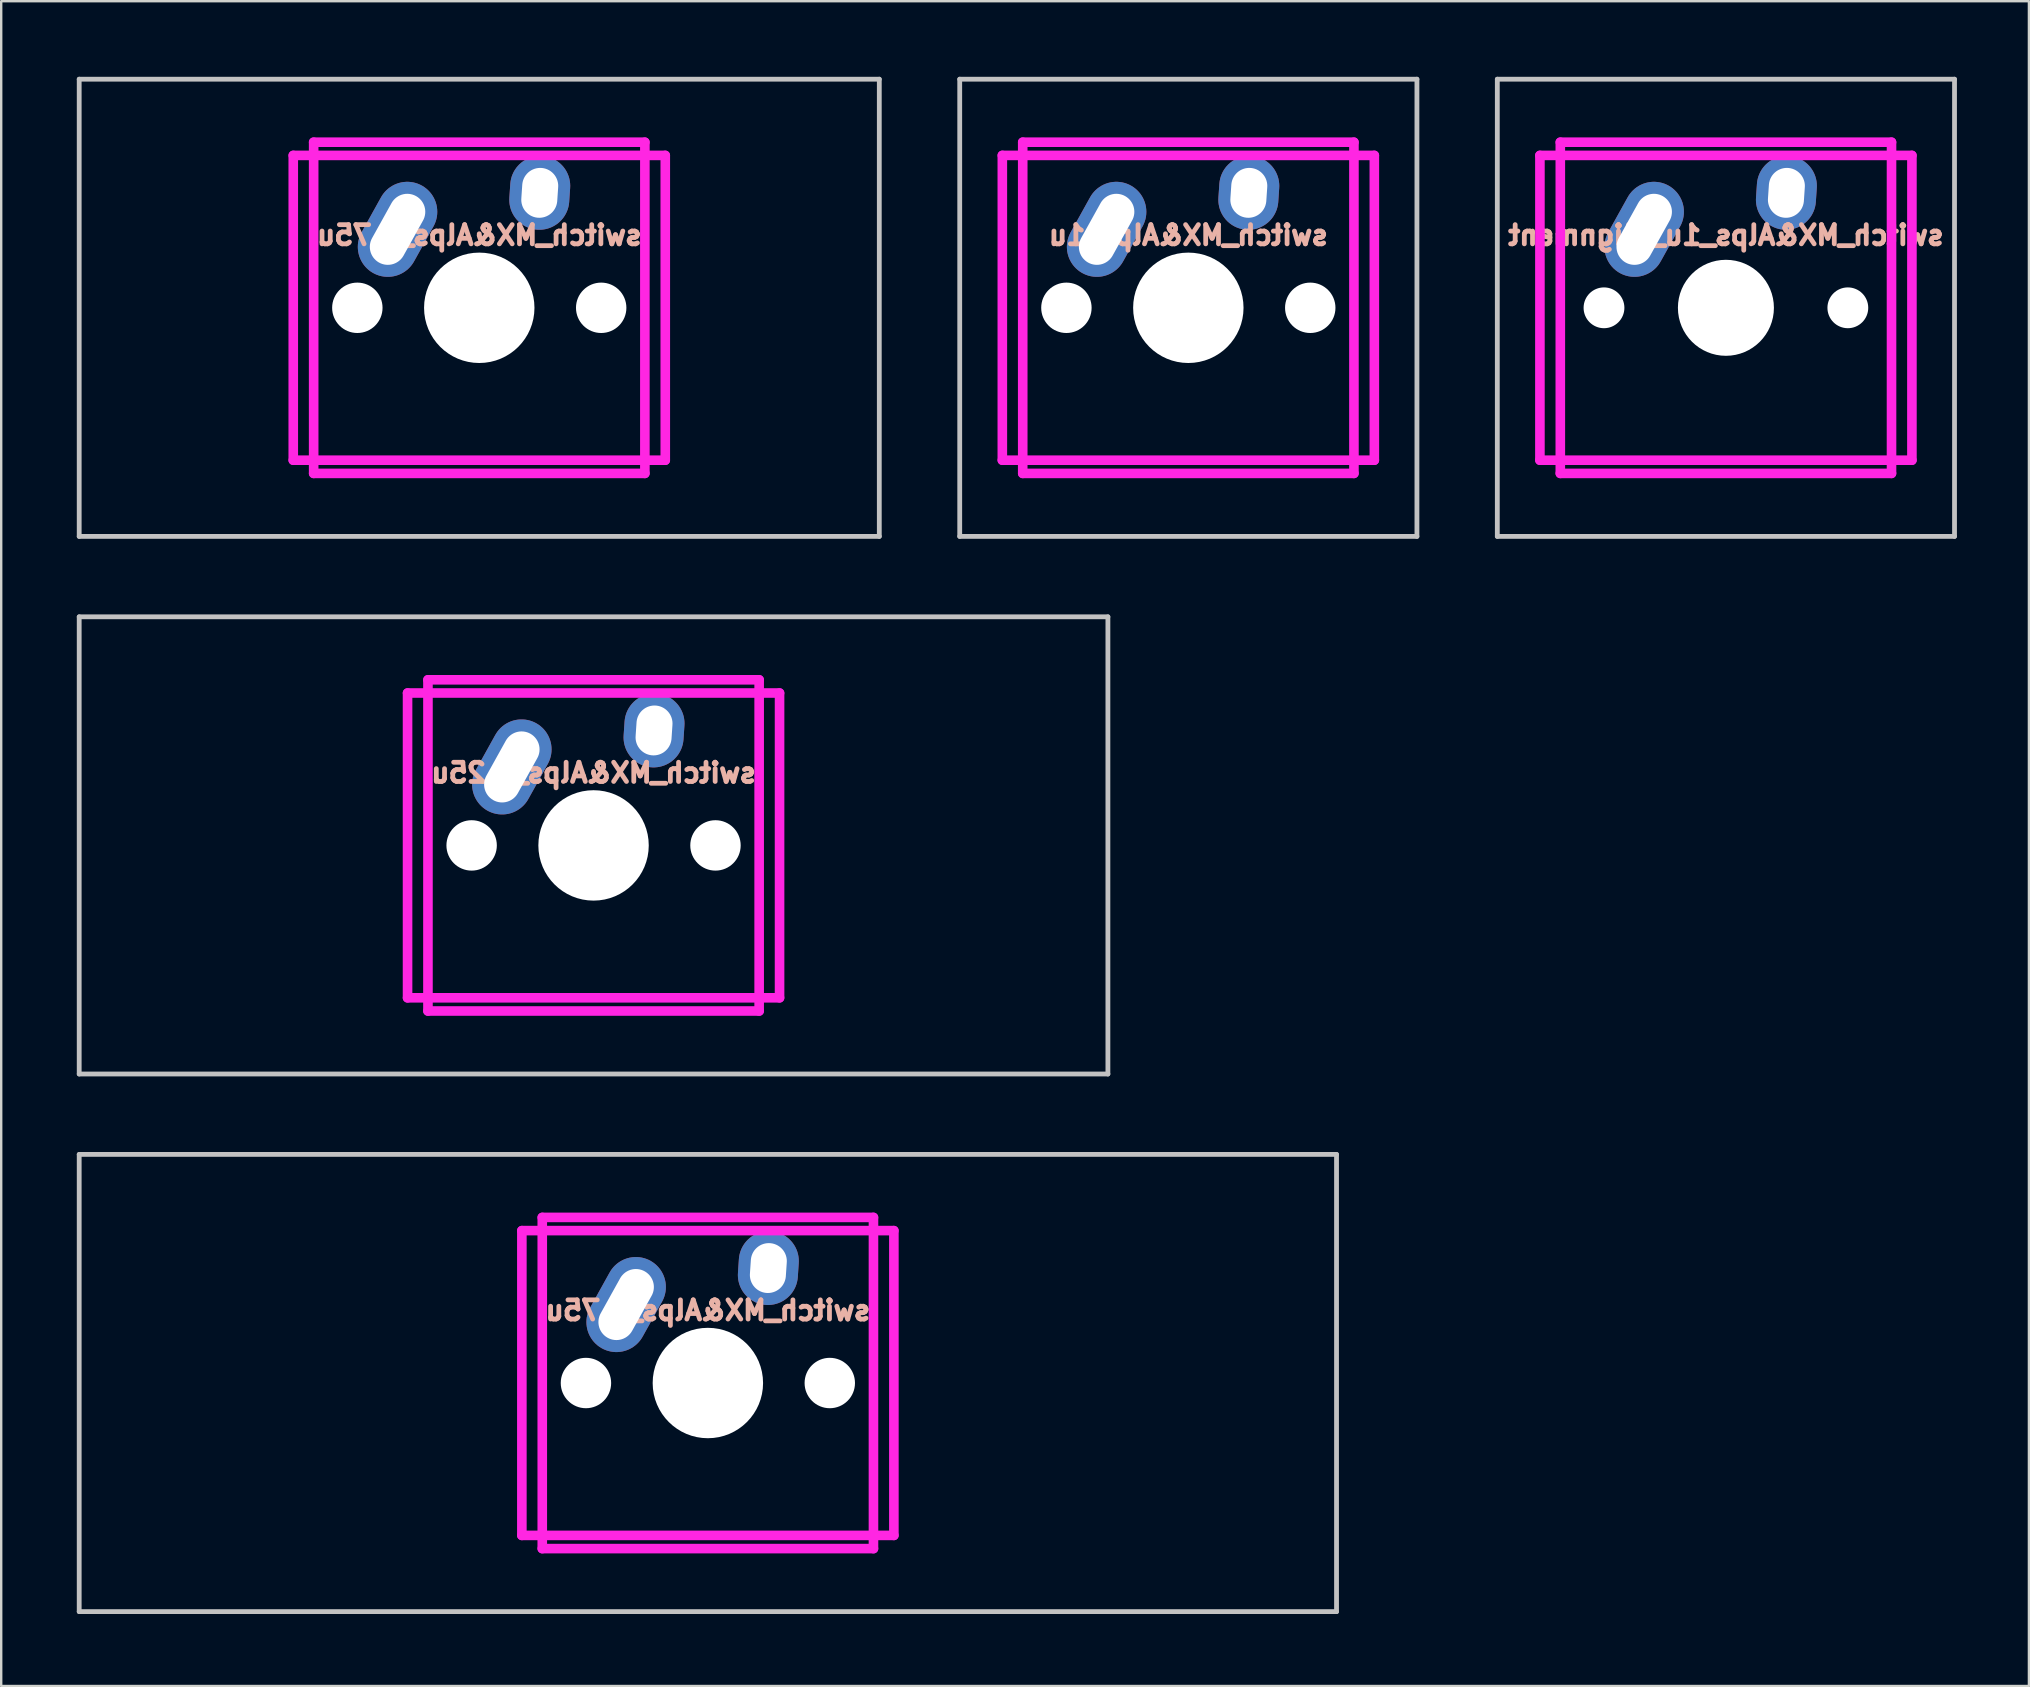
<source format=kicad_pcb>
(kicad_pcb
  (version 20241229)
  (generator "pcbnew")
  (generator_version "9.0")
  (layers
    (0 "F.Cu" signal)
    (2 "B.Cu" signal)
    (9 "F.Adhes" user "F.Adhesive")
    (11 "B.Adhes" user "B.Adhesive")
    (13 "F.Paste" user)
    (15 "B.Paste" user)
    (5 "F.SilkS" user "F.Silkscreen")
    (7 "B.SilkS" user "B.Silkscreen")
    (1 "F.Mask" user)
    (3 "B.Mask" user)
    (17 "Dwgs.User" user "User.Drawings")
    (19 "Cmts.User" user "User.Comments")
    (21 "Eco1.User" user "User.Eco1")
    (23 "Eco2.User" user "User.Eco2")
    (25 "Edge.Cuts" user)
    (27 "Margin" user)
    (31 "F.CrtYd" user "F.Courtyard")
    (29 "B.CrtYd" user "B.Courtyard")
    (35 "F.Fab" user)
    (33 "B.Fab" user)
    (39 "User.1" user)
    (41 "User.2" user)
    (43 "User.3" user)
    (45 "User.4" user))
  (footprint "switch_MX&Alps_2.25u"
    (layer "F.Cu")
    (at 0.25 22.65)
    (property "Reference" "switch_MX&Alps_2.25u" (at 21.431 6.5 0) (layer "B.SilkS") (effects (font (size 0.8 0.8) (thickness 0.2)) (justify mirror)))
    (attr through_hole)
    (fp_line (start 0 0) (end 42.862 0) (stroke (width 0.2) (type solid)) (layer "Dwgs.User"))
    (fp_line (start 0 19.05) (end 0 0) (stroke (width 0.2) (type solid)) (layer "Dwgs.User"))
    (fp_line (start 42.862 0) (end 42.862 19.05) (stroke (width 0.2) (type solid)) (layer "Dwgs.User"))
    (fp_line (start 42.862 19.05) (end 0 19.05) (stroke (width 0.2) (type solid)) (layer "Dwgs.User"))
    (fp_line (start 13.681 3.175) (end 13.681 15.875) (stroke (width 0.4) (type solid)) (layer "F.CrtYd"))
    (fp_line (start 13.681 3.175) (end 29.181 3.175) (stroke (width 0.4) (type solid)) (layer "F.CrtYd"))
    (fp_line (start 13.681 15.875) (end 29.181 15.875) (stroke (width 0.4) (type solid)) (layer "F.CrtYd"))
    (fp_line (start 14.531 2.625) (end 14.531 16.425) (stroke (width 0.4) (type solid)) (layer "F.CrtYd"))
    (fp_line (start 14.531 2.625) (end 28.331 2.625) (stroke (width 0.4) (type solid)) (layer "F.CrtYd"))
    (fp_line (start 14.531 16.425) (end 28.331 16.425) (stroke (width 0.4) (type solid)) (layer "F.CrtYd"))
    (fp_line (start 28.331 2.625) (end 28.331 16.425) (stroke (width 0.4) (type solid)) (layer "F.CrtYd"))
    (fp_line (start 29.181 3.175) (end 29.181 15.875) (stroke (width 0.4) (type solid)) (layer "F.CrtYd"))
    (pad "" np_thru_hole circle (at 16.351 9.525) (size 2.1 2.1) (drill 2.1) (layers "*.Cu" "*.Mask"))
    (pad "" np_thru_hole circle (at 21.431 9.525) (size 4.6 4.6) (drill 4.6) (layers "*.Cu" "*.Mask"))
    (pad "" np_thru_hole circle (at 26.511 9.525) (size 2.1 2.1) (drill 2.1) (layers "*.Cu" "*.Mask"))
    (pad "1" thru_hole oval (at 18.026 6.255 330.95) (size 2.5 4.17) (drill oval 1.5 3.17) (layers "*.Cu" "*.Mask"))
    (pad "2" thru_hole oval (at 23.951 4.735 356.1) (size 2.5 3.08) (drill oval 1.5 2.08) (layers "*.Cu" "*.Mask")))
  (footprint "switch_MX&Alps_1.75u"
    (layer "F.Cu")
    (at 0.25 0.25)
    (property "Reference" "switch_MX&Alps_1.75u" (at 16.669 6.5 0) (layer "B.SilkS") (effects (font (size 0.8 0.8) (thickness 0.2)) (justify mirror)))
    (attr through_hole)
    (fp_line (start 0 0) (end 33.337 0) (stroke (width 0.2) (type solid)) (layer "Dwgs.User"))
    (fp_line (start 0 19.05) (end 0 0) (stroke (width 0.2) (type solid)) (layer "Dwgs.User"))
    (fp_line (start 33.337 0) (end 33.337 19.05) (stroke (width 0.2) (type solid)) (layer "Dwgs.User"))
    (fp_line (start 33.337 19.05) (end 0 19.05) (stroke (width 0.2) (type solid)) (layer "Dwgs.User"))
    (fp_line (start 8.919 3.175) (end 8.919 15.875) (stroke (width 0.4) (type solid)) (layer "F.CrtYd"))
    (fp_line (start 8.919 3.175) (end 24.419 3.175) (stroke (width 0.4) (type solid)) (layer "F.CrtYd"))
    (fp_line (start 8.919 15.875) (end 24.419 15.875) (stroke (width 0.4) (type solid)) (layer "F.CrtYd"))
    (fp_line (start 9.769 2.625) (end 9.769 16.425) (stroke (width 0.4) (type solid)) (layer "F.CrtYd"))
    (fp_line (start 9.769 2.625) (end 23.569 2.625) (stroke (width 0.4) (type solid)) (layer "F.CrtYd"))
    (fp_line (start 9.769 16.425) (end 23.569 16.425) (stroke (width 0.4) (type solid)) (layer "F.CrtYd"))
    (fp_line (start 23.569 2.625) (end 23.569 16.425) (stroke (width 0.4) (type solid)) (layer "F.CrtYd"))
    (fp_line (start 24.419 3.175) (end 24.419 15.875) (stroke (width 0.4) (type solid)) (layer "F.CrtYd"))
    (pad "" np_thru_hole circle (at 11.589 9.525) (size 2.1 2.1) (drill 2.1) (layers "*.Cu" "*.Mask"))
    (pad "" np_thru_hole circle (at 16.669 9.525) (size 4.6 4.6) (drill 4.6) (layers "*.Cu" "*.Mask"))
    (pad "" np_thru_hole circle (at 21.749 9.525) (size 2.1 2.1) (drill 2.1) (layers "*.Cu" "*.Mask"))
    (pad "1" thru_hole oval (at 13.264 6.255 330.95) (size 2.5 4.17) (drill oval 1.5 3.17) (layers "*.Cu" "*.Mask"))
    (pad "2" thru_hole oval (at 19.189 4.735 356.1) (size 2.5 3.08) (drill oval 1.5 2.08) (layers "*.Cu" "*.Mask")))
  (footprint "switch_MX&Alps_1u"
    (layer "F.Cu")
    (at 36.938 0.25)
    (property "Reference" "switch_MX&Alps_1u" (at 9.525 6.5 0) (layer "B.SilkS") (effects (font (size 0.8 0.8) (thickness 0.2)) (justify mirror)))
    (attr through_hole)
    (fp_line (start 0 0) (end 19.05 0) (stroke (width 0.2) (type solid)) (layer "Dwgs.User"))
    (fp_line (start 0 19.05) (end 0 0) (stroke (width 0.2) (type solid)) (layer "Dwgs.User"))
    (fp_line (start 19.05 0) (end 19.05 19.05) (stroke (width 0.2) (type solid)) (layer "Dwgs.User"))
    (fp_line (start 19.05 19.05) (end 0 19.05) (stroke (width 0.2) (type solid)) (layer "Dwgs.User"))
    (fp_line (start 1.775 3.175) (end 1.775 15.875) (stroke (width 0.4) (type solid)) (layer "F.CrtYd"))
    (fp_line (start 1.775 3.175) (end 17.275 3.175) (stroke (width 0.4) (type solid)) (layer "F.CrtYd"))
    (fp_line (start 1.775 15.875) (end 17.275 15.875) (stroke (width 0.4) (type solid)) (layer "F.CrtYd"))
    (fp_line (start 2.625 2.625) (end 2.625 16.425) (stroke (width 0.4) (type solid)) (layer "F.CrtYd"))
    (fp_line (start 2.625 2.625) (end 16.425 2.625) (stroke (width 0.4) (type solid)) (layer "F.CrtYd"))
    (fp_line (start 2.625 16.425) (end 16.425 16.425) (stroke (width 0.4) (type solid)) (layer "F.CrtYd"))
    (fp_line (start 16.425 2.625) (end 16.425 16.425) (stroke (width 0.4) (type solid)) (layer "F.CrtYd"))
    (fp_line (start 17.275 3.175) (end 17.275 15.875) (stroke (width 0.4) (type solid)) (layer "F.CrtYd"))
    (pad "" np_thru_hole circle (at 4.445 9.525) (size 2.1 2.1) (drill 2.1) (layers "*.Cu" "*.Mask"))
    (pad "" np_thru_hole circle (at 9.525 9.525) (size 4.6 4.6) (drill 4.6) (layers "*.Cu" "*.Mask"))
    (pad "" np_thru_hole circle (at 14.605 9.525) (size 2.1 2.1) (drill 2.1) (layers "*.Cu" "*.Mask"))
    (pad "1" thru_hole oval (at 6.12 6.255 330.95) (size 2.5 4.17) (drill oval 1.5 3.17) (layers "*.Cu" "*.Mask"))
    (pad "2" thru_hole oval (at 12.045 4.735 356.1) (size 2.5 3.08) (drill oval 1.5 2.08) (layers "*.Cu" "*.Mask")))
  (footprint "switch_MX&Alps_1u_alignment"
    (layer "F.Cu")
    (at 59.337 0.25)
    (property "Reference" "switch_MX&Alps_1u_alignment" (at 9.525 6.5 0) (layer "B.SilkS") (effects (font (size 0.8 0.8) (thickness 0.2)) (justify mirror)))
    (attr through_hole)
    (fp_line (start 0 0) (end 19.05 0) (stroke (width 0.2) (type solid)) (layer "Dwgs.User"))
    (fp_line (start 0 19.05) (end 0 0) (stroke (width 0.2) (type solid)) (layer "Dwgs.User"))
    (fp_line (start 19.05 0) (end 19.05 19.05) (stroke (width 0.2) (type solid)) (layer "Dwgs.User"))
    (fp_line (start 19.05 19.05) (end 0 19.05) (stroke (width 0.2) (type solid)) (layer "Dwgs.User"))
    (fp_line (start 1.775 3.175) (end 1.775 15.875) (stroke (width 0.4) (type solid)) (layer "F.CrtYd"))
    (fp_line (start 1.775 3.175) (end 17.275 3.175) (stroke (width 0.4) (type solid)) (layer "F.CrtYd"))
    (fp_line (start 1.775 15.875) (end 17.275 15.875) (stroke (width 0.4) (type solid)) (layer "F.CrtYd"))
    (fp_line (start 2.625 2.625) (end 2.625 16.425) (stroke (width 0.4) (type solid)) (layer "F.CrtYd"))
    (fp_line (start 2.625 2.625) (end 16.425 2.625) (stroke (width 0.4) (type solid)) (layer "F.CrtYd"))
    (fp_line (start 2.625 16.425) (end 16.425 16.425) (stroke (width 0.4) (type solid)) (layer "F.CrtYd"))
    (fp_line (start 16.425 2.625) (end 16.425 16.425) (stroke (width 0.4) (type solid)) (layer "F.CrtYd"))
    (fp_line (start 17.275 3.175) (end 17.275 15.875) (stroke (width 0.4) (type solid)) (layer "F.CrtYd"))
    (pad "" np_thru_hole circle (at 4.445 9.525) (size 1.7 1.7) (drill 1.7) (layers "*.Cu" "*.Mask"))
    (pad "" np_thru_hole circle (at 9.525 9.525) (size 4 4) (drill 4) (layers "*.Cu" "*.Mask"))
    (pad "" np_thru_hole circle (at 14.605 9.525) (size 1.7 1.7) (drill 1.7) (layers "*.Cu" "*.Mask"))
    (pad "1" thru_hole oval (at 6.12 6.255 330.95) (size 2.5 4.17) (drill oval 1.5 3.17) (layers "*.Cu" "*.Mask"))
    (pad "2" thru_hole oval (at 12.045 4.735 356.1) (size 2.5 3.08) (drill oval 1.5 2.08) (layers "*.Cu" "*.Mask")))
  (footprint "switch_MX&Alps_2.75u"
    (layer "F.Cu")
    (at 0.25 45.05)
    (property "Reference" "switch_MX&Alps_2.75u" (at 26.194 6.5 0) (layer "B.SilkS") (effects (font (size 0.8 0.8) (thickness 0.2)) (justify mirror)))
    (attr through_hole)
    (fp_line (start 0 0) (end 52.388 0) (stroke (width 0.2) (type solid)) (layer "Dwgs.User"))
    (fp_line (start 0 19.05) (end 0 0) (stroke (width 0.2) (type solid)) (layer "Dwgs.User"))
    (fp_line (start 52.388 0) (end 52.388 19.05) (stroke (width 0.2) (type solid)) (layer "Dwgs.User"))
    (fp_line (start 52.388 19.05) (end 0 19.05) (stroke (width 0.2) (type solid)) (layer "Dwgs.User"))
    (fp_line (start 18.444 3.175) (end 18.444 15.875) (stroke (width 0.4) (type solid)) (layer "F.CrtYd"))
    (fp_line (start 18.444 3.175) (end 33.944 3.175) (stroke (width 0.4) (type solid)) (layer "F.CrtYd"))
    (fp_line (start 18.444 15.875) (end 33.944 15.875) (stroke (width 0.4) (type solid)) (layer "F.CrtYd"))
    (fp_line (start 19.294 2.625) (end 19.294 16.425) (stroke (width 0.4) (type solid)) (layer "F.CrtYd"))
    (fp_line (start 19.294 2.625) (end 33.094 2.625) (stroke (width 0.4) (type solid)) (layer "F.CrtYd"))
    (fp_line (start 19.294 16.425) (end 33.094 16.425) (stroke (width 0.4) (type solid)) (layer "F.CrtYd"))
    (fp_line (start 33.094 2.625) (end 33.094 16.425) (stroke (width 0.4) (type solid)) (layer "F.CrtYd"))
    (fp_line (start 33.944 3.175) (end 33.944 15.875) (stroke (width 0.4) (type solid)) (layer "F.CrtYd"))
    (pad "" np_thru_hole circle (at 21.114 9.525) (size 2.1 2.1) (drill 2.1) (layers "*.Cu" "*.Mask"))
    (pad "" np_thru_hole circle (at 26.194 9.525) (size 4.6 4.6) (drill 4.6) (layers "*.Cu" "*.Mask"))
    (pad "" np_thru_hole circle (at 31.274 9.525) (size 2.1 2.1) (drill 2.1) (layers "*.Cu" "*.Mask"))
    (pad "1" thru_hole oval (at 22.789 6.255 330.95) (size 2.5 4.17) (drill oval 1.5 3.17) (layers "*.Cu" "*.Mask"))
    (pad "2" thru_hole oval (at 28.714 4.735 356.1) (size 2.5 3.08) (drill oval 1.5 2.08) (layers "*.Cu" "*.Mask")))
  (gr_rect
    (start -3 -3)
    (end 81.487 67.2)
    (stroke (width 0.1) (type default))
    (fill no)
    (layer "Edge.Cuts")))
</source>
